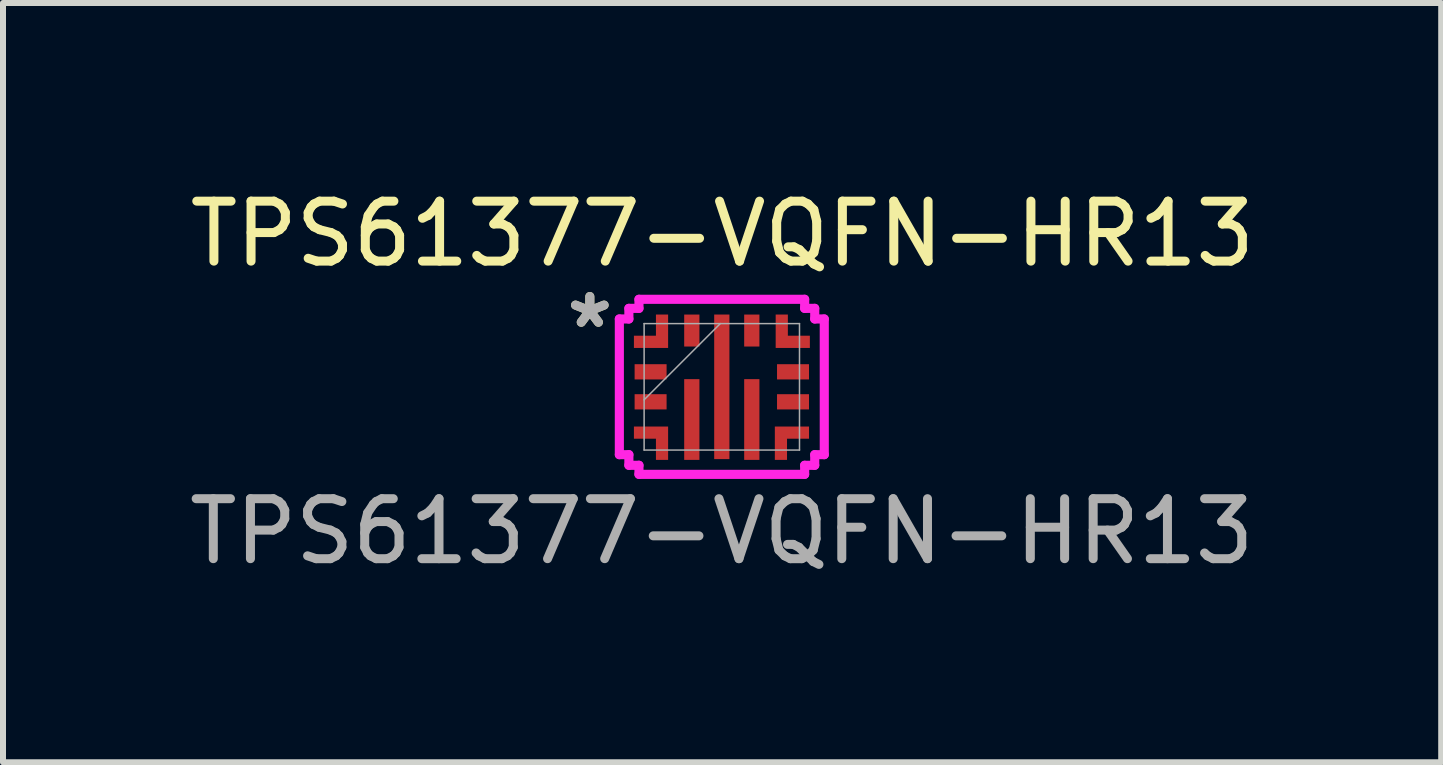
<source format=kicad_pcb>
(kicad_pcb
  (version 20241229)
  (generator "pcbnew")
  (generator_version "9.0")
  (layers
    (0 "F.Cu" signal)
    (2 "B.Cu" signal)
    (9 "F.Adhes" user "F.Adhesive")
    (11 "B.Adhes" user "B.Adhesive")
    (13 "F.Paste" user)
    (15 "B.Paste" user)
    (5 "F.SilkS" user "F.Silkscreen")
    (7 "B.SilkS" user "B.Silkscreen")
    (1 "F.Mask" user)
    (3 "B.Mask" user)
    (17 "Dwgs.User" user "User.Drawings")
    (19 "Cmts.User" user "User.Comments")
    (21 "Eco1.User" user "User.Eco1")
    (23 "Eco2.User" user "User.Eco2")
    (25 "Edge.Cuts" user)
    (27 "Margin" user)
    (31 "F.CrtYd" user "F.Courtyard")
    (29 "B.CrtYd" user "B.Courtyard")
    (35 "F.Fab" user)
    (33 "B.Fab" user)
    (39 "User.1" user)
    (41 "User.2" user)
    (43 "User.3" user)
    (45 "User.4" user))
  (footprint "TPS61377-VQFN-HR13"
    (layer "F.Cu")
    (at 8.982 3.398)
    (property "Reference" "TPS61377-VQFN-HR13" (at 0.01 -2.55 0) (unlocked yes) (layer "F.SilkS") (effects (font (size 1 1) (thickness 0.15))))
    (attr smd)
    (fp_line (start -1.708 -1.131) (end -1.549 -1.131) (stroke (width 0.152) (type solid)) (layer "F.CrtYd"))
    (fp_line (start -1.708 1.131) (end -1.708 -1.131) (stroke (width 0.152) (type solid)) (layer "F.CrtYd"))
    (fp_line (start -1.549 -1.308) (end -1.381 -1.308) (stroke (width 0.152) (type solid)) (layer "F.CrtYd"))
    (fp_line (start -1.549 -1.131) (end -1.549 -1.308) (stroke (width 0.152) (type solid)) (layer "F.CrtYd"))
    (fp_line (start -1.549 1.131) (end -1.708 1.131) (stroke (width 0.152) (type solid)) (layer "F.CrtYd"))
    (fp_line (start -1.549 1.308) (end -1.549 1.131) (stroke (width 0.152) (type solid)) (layer "F.CrtYd"))
    (fp_line (start -1.381 -1.459) (end 1.381 -1.459) (stroke (width 0.152) (type solid)) (layer "F.CrtYd"))
    (fp_line (start -1.381 -1.308) (end -1.381 -1.459) (stroke (width 0.152) (type solid)) (layer "F.CrtYd"))
    (fp_line (start -1.381 1.308) (end -1.549 1.308) (stroke (width 0.152) (type solid)) (layer "F.CrtYd"))
    (fp_line (start -1.381 1.459) (end -1.381 1.308) (stroke (width 0.152) (type solid)) (layer "F.CrtYd"))
    (fp_line (start 1.381 -1.459) (end 1.381 -1.308) (stroke (width 0.152) (type solid)) (layer "F.CrtYd"))
    (fp_line (start 1.381 -1.308) (end 1.549 -1.308) (stroke (width 0.152) (type solid)) (layer "F.CrtYd"))
    (fp_line (start 1.381 1.308) (end 1.381 1.459) (stroke (width 0.152) (type solid)) (layer "F.CrtYd"))
    (fp_line (start 1.381 1.459) (end -1.381 1.459) (stroke (width 0.152) (type solid)) (layer "F.CrtYd"))
    (fp_line (start 1.549 -1.308) (end 1.549 -1.131) (stroke (width 0.152) (type solid)) (layer "F.CrtYd"))
    (fp_line (start 1.549 -1.131) (end 1.708 -1.131) (stroke (width 0.152) (type solid)) (layer "F.CrtYd"))
    (fp_line (start 1.549 1.131) (end 1.549 1.308) (stroke (width 0.152) (type solid)) (layer "F.CrtYd"))
    (fp_line (start 1.549 1.308) (end 1.381 1.308) (stroke (width 0.152) (type solid)) (layer "F.CrtYd"))
    (fp_line (start 1.708 -1.131) (end 1.708 1.131) (stroke (width 0.152) (type solid)) (layer "F.CrtYd"))
    (fp_line (start 1.708 1.131) (end 1.549 1.131) (stroke (width 0.152) (type solid)) (layer "F.CrtYd"))
    (fp_line (start -1.295 -1.054) (end -1.295 1.054) (stroke (width 0.025) (type solid)) (layer "F.Fab"))
    (fp_line (start -1.295 0.216) (end -0.025 -1.054) (stroke (width 0.025) (type solid)) (layer "F.Fab"))
    (fp_line (start -1.295 1.054) (end 1.295 1.054) (stroke (width 0.025) (type solid)) (layer "F.Fab"))
    (fp_line (start 1.295 -1.054) (end -1.295 -1.054) (stroke (width 0.025) (type solid)) (layer "F.Fab"))
    (fp_line (start 1.295 1.054) (end 1.295 -1.054) (stroke (width 0.025) (type solid)) (layer "F.Fab"))
    (fp_text user "*" (at -2.2 -0.96 0) (layer "F.SilkS") (effects (font (size 1 1) (thickness 0.15))))
    (fp_text user "${REFERENCE}" (at 0 2.41 0) (unlocked yes) (layer "F.Fab") (effects (font (size 1 1) (thickness 0.15))))
    (fp_text user "*" (at -2.2 -0.96 0) (layer "F.Fab") (effects (font (size 1 1) (thickness 0.15))))
    (pad "1" smd custom (at -1.187 -0.75) (size 0.127 0.127) (layers "F.Cu" "F.Mask" "F.Paste") (options (anchor rect)) (primitives (gr_poly (pts (xy 0.292 -0.455) (xy 0.089 -0.455) (xy 0.089 -0.102) (xy -0.278 -0.102) (xy -0.278 0.102) (xy 0.292 0.102)) (width 0) (fill yes))))
    (pad "2" smd rect (at -1.187 -0.25) (size 0.533 0.254) (layers "F.Cu" "F.Mask" "F.Paste"))
    (pad "3" smd rect (at -1.187 0.25) (size 0.533 0.254) (layers "F.Cu" "F.Mask" "F.Paste"))
    (pad "4" smd custom (at -1 0.938 90) (size 0.127 0.127) (layers "F.Cu" "F.Mask" "F.Paste") (options (anchor rect)) (primitives (gr_poly (pts (xy -0.28 0.105) (xy -0.28 -0.098) (xy 0.073 -0.098) (xy 0.073 -0.465) (xy 0.276 -0.465) (xy 0.276 0.105)) (width 0) (fill yes))))
    (pad "5" smd rect (at -0.5 0.545 90) (size 1.346 0.254) (layers "F.Cu" "F.Mask" "F.Paste"))
    (pad "6" smd custom (at 0 0 90) (size 0.127 0.127) (layers "F.Cu" "F.Mask" "F.Paste") (options (anchor rect)) (primitives (gr_poly (pts (xy 1.205 -0.127) (xy 1.205 0.127) (xy -1.205 0.127) (xy -1.205 -0.127)) (width 0) (fill yes))))
    (pad "7" smd rect (at 0.5 0.545 90) (size 1.346 0.254) (layers "F.Cu" "F.Mask" "F.Paste"))
    (pad "8" smd custom (at 1 0.938 90) (size 0.127 0.127) (layers "F.Cu" "F.Mask" "F.Paste") (options (anchor rect)) (primitives (gr_poly (pts (xy -0.28 -0.116) (xy -0.28 0.087) (xy 0.073 0.087) (xy 0.073 0.454) (xy 0.276 0.454) (xy 0.276 -0.116)) (width 0) (fill yes))))
    (pad "9" smd rect (at 1.187 0.25) (size 0.533 0.254) (layers "F.Cu" "F.Mask" "F.Paste"))
    (pad "10" smd rect (at 1.187 -0.25) (size 0.533 0.254) (layers "F.Cu" "F.Mask" "F.Paste"))
    (pad "11" smd custom (at 1.187 -0.75) (size 0.127 0.127) (layers "F.Cu" "F.Mask" "F.Paste") (options (anchor rect)) (primitives (gr_poly (pts (xy -0.289 -0.455) (xy -0.086 -0.455) (xy -0.086 -0.102) (xy 0.281 -0.102) (xy 0.281 0.102) (xy -0.289 0.102)) (width 0) (fill yes))))
    (pad "12" smd rect (at 0.5 -0.938 90) (size 0.533 0.254) (layers "F.Cu" "F.Mask" "F.Paste"))
    (pad "13" smd rect (at -0.5 -0.938 90) (size 0.533 0.254) (layers "F.Cu" "F.Mask" "F.Paste")))
  (gr_rect
    (start -3 -3)
    (end 20.974 9.656)
    (stroke (width 0.1) (type default))
    (fill no)
    (layer "Edge.Cuts")))
</source>
